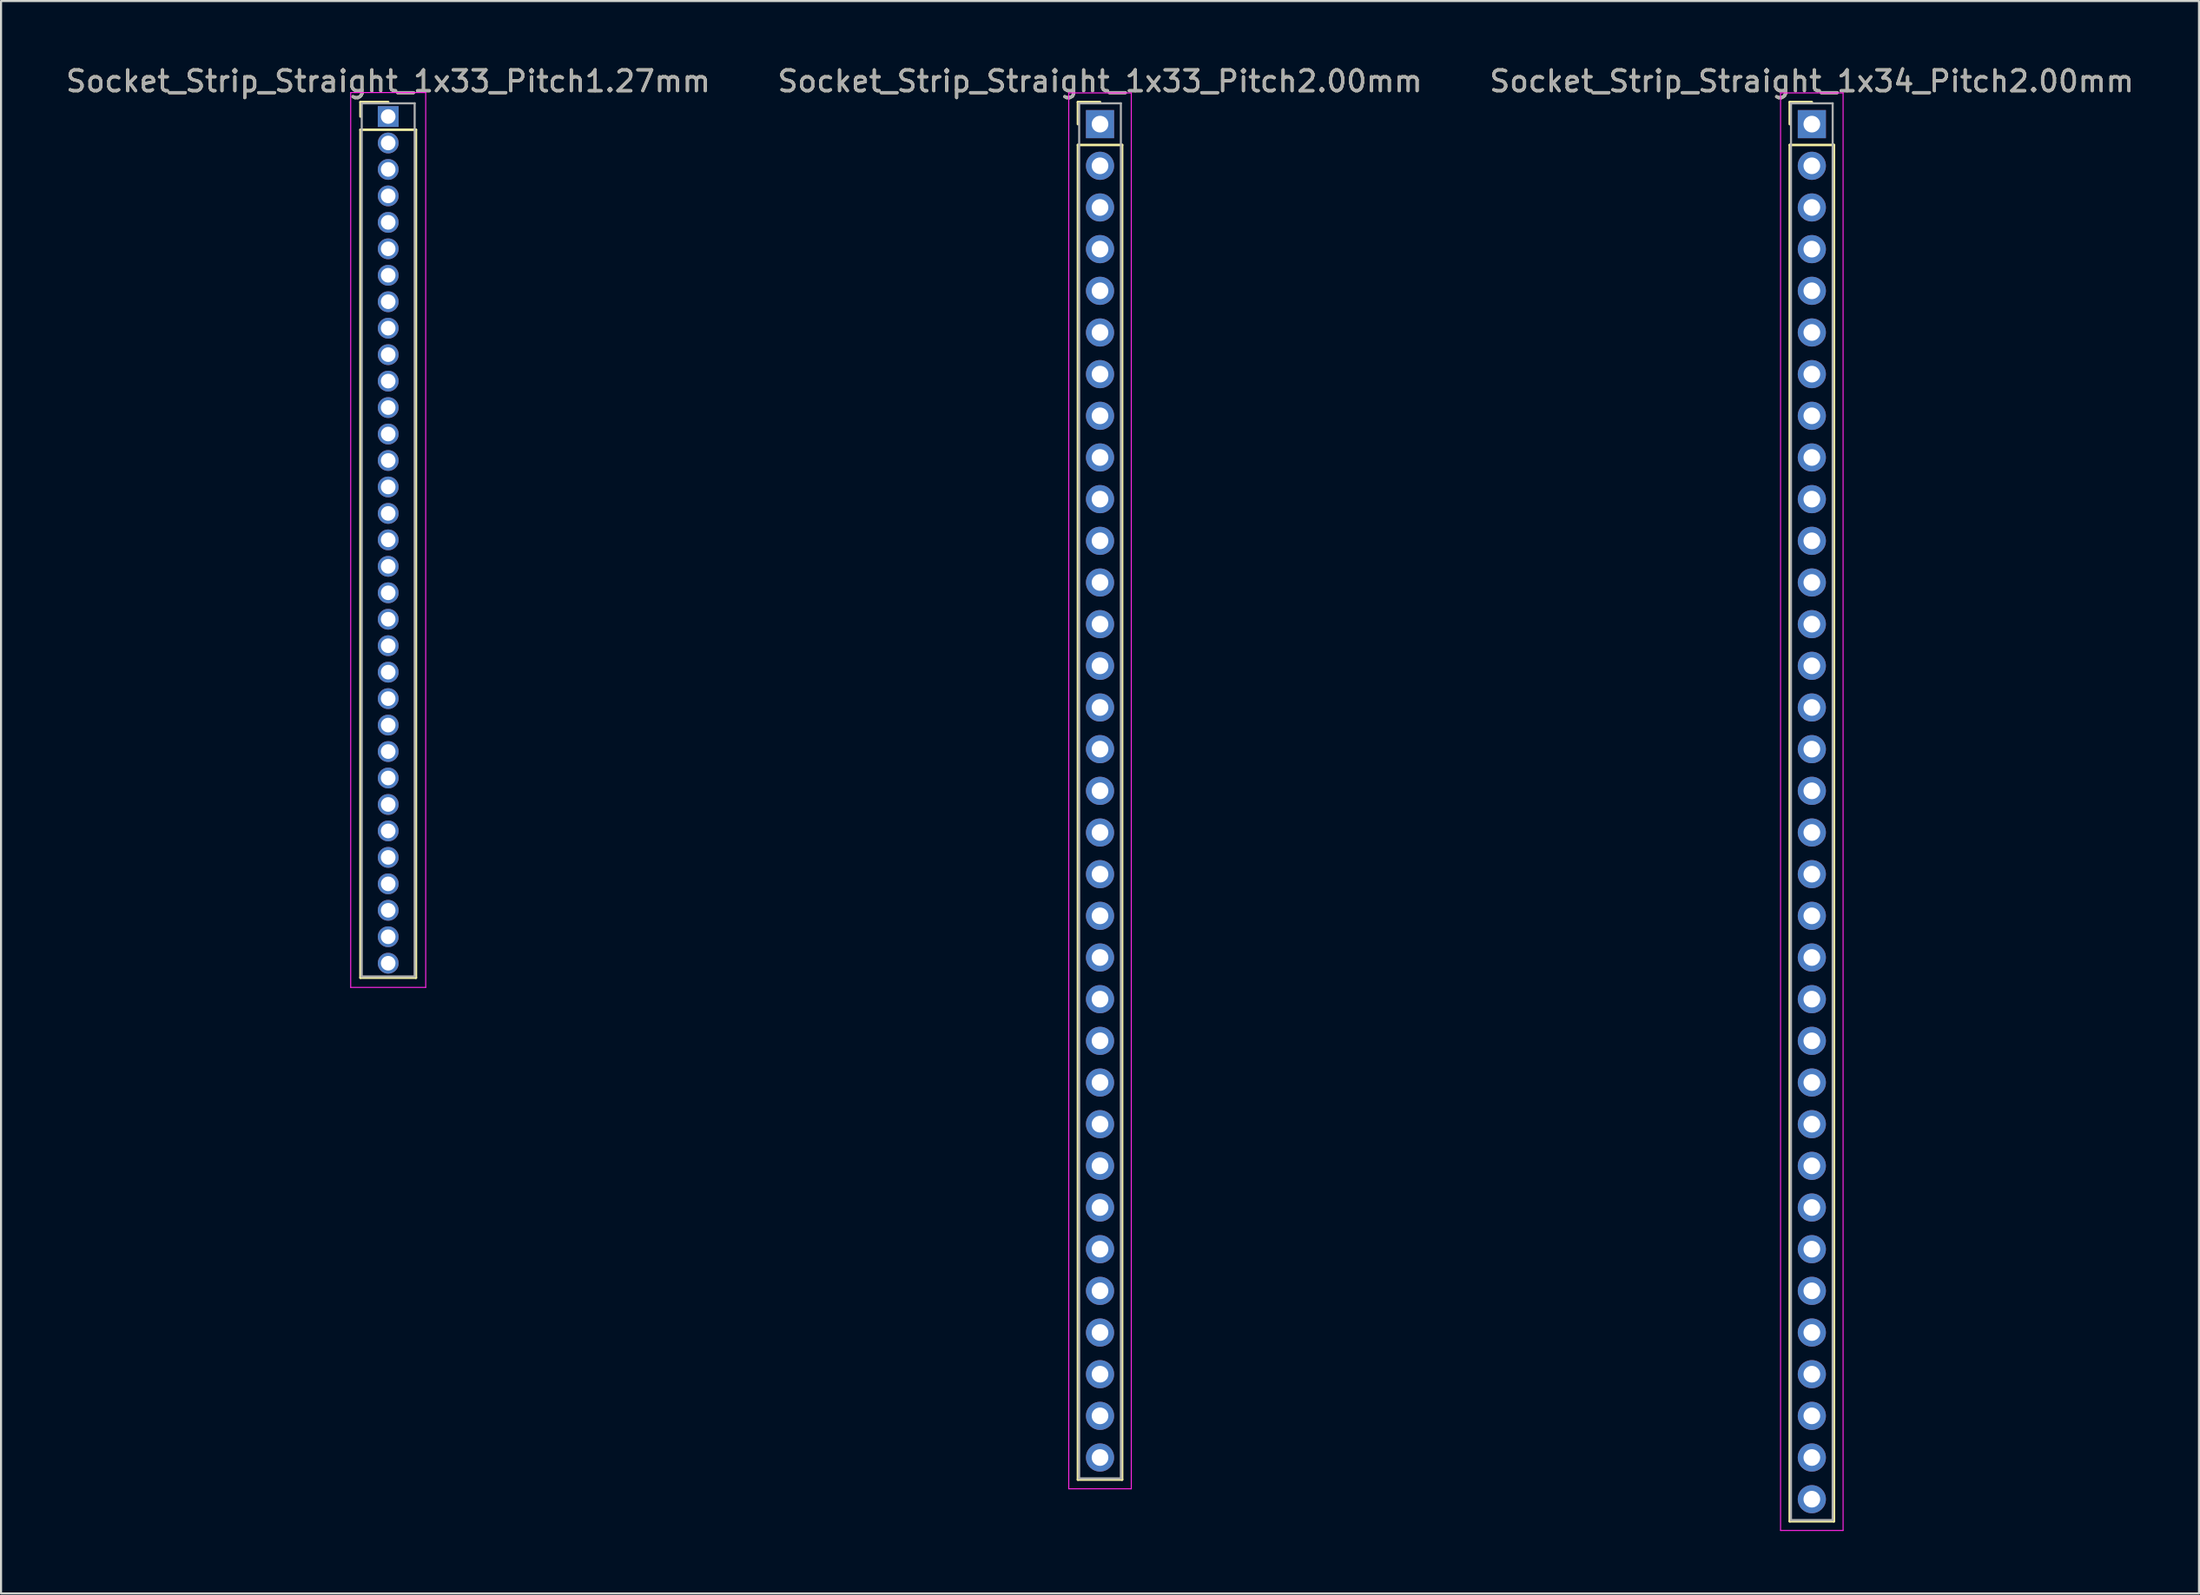
<source format=kicad_pcb>
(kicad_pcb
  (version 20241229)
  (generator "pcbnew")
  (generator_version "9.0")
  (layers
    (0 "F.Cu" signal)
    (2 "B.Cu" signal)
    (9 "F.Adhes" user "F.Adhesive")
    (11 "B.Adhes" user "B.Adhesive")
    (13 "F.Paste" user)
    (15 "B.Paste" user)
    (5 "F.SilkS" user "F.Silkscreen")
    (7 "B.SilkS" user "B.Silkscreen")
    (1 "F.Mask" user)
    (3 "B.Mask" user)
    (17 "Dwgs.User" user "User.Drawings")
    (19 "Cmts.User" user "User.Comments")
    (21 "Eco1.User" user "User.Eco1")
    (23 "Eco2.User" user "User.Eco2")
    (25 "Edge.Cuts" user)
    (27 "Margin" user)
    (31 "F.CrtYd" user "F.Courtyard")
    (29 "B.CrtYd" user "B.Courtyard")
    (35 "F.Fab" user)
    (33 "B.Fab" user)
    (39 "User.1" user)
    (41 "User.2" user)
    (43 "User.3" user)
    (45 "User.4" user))
  (footprint "Socket_Strip_Straight_1x33_Pitch2.00mm"
    (layer "F.Cu")
    (at 49.732 2.908)
    (property "Reference" "Socket_Strip_Straight_1x33_Pitch2.00mm" (at 0 -2.06 0) (layer "F.SilkS") (effects (font (size 1 1) (thickness 0.15))))
    (attr through_hole)
    (fp_line (start -1.06 -1.06) (end 0 -1.06) (stroke (width 0.12) (type solid)) (layer "F.SilkS"))
    (fp_line (start -1.06 0) (end -1.06 -1.06) (stroke (width 0.12) (type solid)) (layer "F.SilkS"))
    (fp_line (start -1.06 1) (end -1.06 65.06) (stroke (width 0.12) (type solid)) (layer "F.SilkS"))
    (fp_line (start -1.06 65.06) (end 1.06 65.06) (stroke (width 0.12) (type solid)) (layer "F.SilkS"))
    (fp_line (start 1.06 1) (end -1.06 1) (stroke (width 0.12) (type solid)) (layer "F.SilkS"))
    (fp_line (start 1.06 65.06) (end 1.06 1) (stroke (width 0.12) (type solid)) (layer "F.SilkS"))
    (fp_line (start -1.5 -1.5) (end -1.5 65.5) (stroke (width 0.05) (type solid)) (layer "F.CrtYd"))
    (fp_line (start -1.5 65.5) (end 1.5 65.5) (stroke (width 0.05) (type solid)) (layer "F.CrtYd"))
    (fp_line (start 1.5 -1.5) (end -1.5 -1.5) (stroke (width 0.05) (type solid)) (layer "F.CrtYd"))
    (fp_line (start 1.5 65.5) (end 1.5 -1.5) (stroke (width 0.05) (type solid)) (layer "F.CrtYd"))
    (fp_line (start -1 -1) (end -1 65) (stroke (width 0.1) (type solid)) (layer "F.Fab"))
    (fp_line (start -1 65) (end 1 65) (stroke (width 0.1) (type solid)) (layer "F.Fab"))
    (fp_line (start 1 -1) (end -1 -1) (stroke (width 0.1) (type solid)) (layer "F.Fab"))
    (fp_line (start 1 65) (end 1 -1) (stroke (width 0.1) (type solid)) (layer "F.Fab"))
    (fp_text user "${REFERENCE}" (at 0 -2.06 0) (layer "F.Fab") (effects (font (size 1 1) (thickness 0.15))))
    (pad "1" thru_hole rect (at 0 0) (size 1.35 1.35) (drill 0.8) (layers "*.Cu" "*.Mask"))
    (pad "2" thru_hole oval (at 0 2) (size 1.35 1.35) (drill 0.8) (layers "*.Cu" "*.Mask"))
    (pad "3" thru_hole oval (at 0 4) (size 1.35 1.35) (drill 0.8) (layers "*.Cu" "*.Mask"))
    (pad "4" thru_hole oval (at 0 6) (size 1.35 1.35) (drill 0.8) (layers "*.Cu" "*.Mask"))
    (pad "5" thru_hole oval (at 0 8) (size 1.35 1.35) (drill 0.8) (layers "*.Cu" "*.Mask"))
    (pad "6" thru_hole oval (at 0 10) (size 1.35 1.35) (drill 0.8) (layers "*.Cu" "*.Mask"))
    (pad "7" thru_hole oval (at 0 12) (size 1.35 1.35) (drill 0.8) (layers "*.Cu" "*.Mask"))
    (pad "8" thru_hole oval (at 0 14) (size 1.35 1.35) (drill 0.8) (layers "*.Cu" "*.Mask"))
    (pad "9" thru_hole oval (at 0 16) (size 1.35 1.35) (drill 0.8) (layers "*.Cu" "*.Mask"))
    (pad "10" thru_hole oval (at 0 18) (size 1.35 1.35) (drill 0.8) (layers "*.Cu" "*.Mask"))
    (pad "11" thru_hole oval (at 0 20) (size 1.35 1.35) (drill 0.8) (layers "*.Cu" "*.Mask"))
    (pad "12" thru_hole oval (at 0 22) (size 1.35 1.35) (drill 0.8) (layers "*.Cu" "*.Mask"))
    (pad "13" thru_hole oval (at 0 24) (size 1.35 1.35) (drill 0.8) (layers "*.Cu" "*.Mask"))
    (pad "14" thru_hole oval (at 0 26) (size 1.35 1.35) (drill 0.8) (layers "*.Cu" "*.Mask"))
    (pad "15" thru_hole oval (at 0 28) (size 1.35 1.35) (drill 0.8) (layers "*.Cu" "*.Mask"))
    (pad "16" thru_hole oval (at 0 30) (size 1.35 1.35) (drill 0.8) (layers "*.Cu" "*.Mask"))
    (pad "17" thru_hole oval (at 0 32) (size 1.35 1.35) (drill 0.8) (layers "*.Cu" "*.Mask"))
    (pad "18" thru_hole oval (at 0 34) (size 1.35 1.35) (drill 0.8) (layers "*.Cu" "*.Mask"))
    (pad "19" thru_hole oval (at 0 36) (size 1.35 1.35) (drill 0.8) (layers "*.Cu" "*.Mask"))
    (pad "20" thru_hole oval (at 0 38) (size 1.35 1.35) (drill 0.8) (layers "*.Cu" "*.Mask"))
    (pad "21" thru_hole oval (at 0 40) (size 1.35 1.35) (drill 0.8) (layers "*.Cu" "*.Mask"))
    (pad "22" thru_hole oval (at 0 42) (size 1.35 1.35) (drill 0.8) (layers "*.Cu" "*.Mask"))
    (pad "23" thru_hole oval (at 0 44) (size 1.35 1.35) (drill 0.8) (layers "*.Cu" "*.Mask"))
    (pad "24" thru_hole oval (at 0 46) (size 1.35 1.35) (drill 0.8) (layers "*.Cu" "*.Mask"))
    (pad "25" thru_hole oval (at 0 48) (size 1.35 1.35) (drill 0.8) (layers "*.Cu" "*.Mask"))
    (pad "26" thru_hole oval (at 0 50) (size 1.35 1.35) (drill 0.8) (layers "*.Cu" "*.Mask"))
    (pad "27" thru_hole oval (at 0 52) (size 1.35 1.35) (drill 0.8) (layers "*.Cu" "*.Mask"))
    (pad "28" thru_hole oval (at 0 54) (size 1.35 1.35) (drill 0.8) (layers "*.Cu" "*.Mask"))
    (pad "29" thru_hole oval (at 0 56) (size 1.35 1.35) (drill 0.8) (layers "*.Cu" "*.Mask"))
    (pad "30" thru_hole oval (at 0 58) (size 1.35 1.35) (drill 0.8) (layers "*.Cu" "*.Mask"))
    (pad "31" thru_hole oval (at 0 60) (size 1.35 1.35) (drill 0.8) (layers "*.Cu" "*.Mask"))
    (pad "32" thru_hole oval (at 0 62) (size 1.35 1.35) (drill 0.8) (layers "*.Cu" "*.Mask"))
    (pad "33" thru_hole oval (at 0 64) (size 1.35 1.35) (drill 0.8) (layers "*.Cu" "*.Mask")))
  (footprint "Socket_Strip_Straight_1x34_Pitch2.00mm"
    (layer "F.Cu")
    (at 83.887 2.908)
    (property "Reference" "Socket_Strip_Straight_1x34_Pitch2.00mm" (at 0 -2.06 0) (layer "F.SilkS") (effects (font (size 1 1) (thickness 0.15))))
    (attr through_hole)
    (fp_line (start -1.06 -1.06) (end 0 -1.06) (stroke (width 0.12) (type solid)) (layer "F.SilkS"))
    (fp_line (start -1.06 0) (end -1.06 -1.06) (stroke (width 0.12) (type solid)) (layer "F.SilkS"))
    (fp_line (start -1.06 1) (end -1.06 67.06) (stroke (width 0.12) (type solid)) (layer "F.SilkS"))
    (fp_line (start -1.06 67.06) (end 1.06 67.06) (stroke (width 0.12) (type solid)) (layer "F.SilkS"))
    (fp_line (start 1.06 1) (end -1.06 1) (stroke (width 0.12) (type solid)) (layer "F.SilkS"))
    (fp_line (start 1.06 67.06) (end 1.06 1) (stroke (width 0.12) (type solid)) (layer "F.SilkS"))
    (fp_line (start -1.5 -1.5) (end -1.5 67.5) (stroke (width 0.05) (type solid)) (layer "F.CrtYd"))
    (fp_line (start -1.5 67.5) (end 1.5 67.5) (stroke (width 0.05) (type solid)) (layer "F.CrtYd"))
    (fp_line (start 1.5 -1.5) (end -1.5 -1.5) (stroke (width 0.05) (type solid)) (layer "F.CrtYd"))
    (fp_line (start 1.5 67.5) (end 1.5 -1.5) (stroke (width 0.05) (type solid)) (layer "F.CrtYd"))
    (fp_line (start -1 -1) (end -1 67) (stroke (width 0.1) (type solid)) (layer "F.Fab"))
    (fp_line (start -1 67) (end 1 67) (stroke (width 0.1) (type solid)) (layer "F.Fab"))
    (fp_line (start 1 -1) (end -1 -1) (stroke (width 0.1) (type solid)) (layer "F.Fab"))
    (fp_line (start 1 67) (end 1 -1) (stroke (width 0.1) (type solid)) (layer "F.Fab"))
    (fp_text user "${REFERENCE}" (at 0 -2.06 0) (layer "F.Fab") (effects (font (size 1 1) (thickness 0.15))))
    (pad "1" thru_hole rect (at 0 0) (size 1.35 1.35) (drill 0.8) (layers "*.Cu" "*.Mask"))
    (pad "2" thru_hole oval (at 0 2) (size 1.35 1.35) (drill 0.8) (layers "*.Cu" "*.Mask"))
    (pad "3" thru_hole oval (at 0 4) (size 1.35 1.35) (drill 0.8) (layers "*.Cu" "*.Mask"))
    (pad "4" thru_hole oval (at 0 6) (size 1.35 1.35) (drill 0.8) (layers "*.Cu" "*.Mask"))
    (pad "5" thru_hole oval (at 0 8) (size 1.35 1.35) (drill 0.8) (layers "*.Cu" "*.Mask"))
    (pad "6" thru_hole oval (at 0 10) (size 1.35 1.35) (drill 0.8) (layers "*.Cu" "*.Mask"))
    (pad "7" thru_hole oval (at 0 12) (size 1.35 1.35) (drill 0.8) (layers "*.Cu" "*.Mask"))
    (pad "8" thru_hole oval (at 0 14) (size 1.35 1.35) (drill 0.8) (layers "*.Cu" "*.Mask"))
    (pad "9" thru_hole oval (at 0 16) (size 1.35 1.35) (drill 0.8) (layers "*.Cu" "*.Mask"))
    (pad "10" thru_hole oval (at 0 18) (size 1.35 1.35) (drill 0.8) (layers "*.Cu" "*.Mask"))
    (pad "11" thru_hole oval (at 0 20) (size 1.35 1.35) (drill 0.8) (layers "*.Cu" "*.Mask"))
    (pad "12" thru_hole oval (at 0 22) (size 1.35 1.35) (drill 0.8) (layers "*.Cu" "*.Mask"))
    (pad "13" thru_hole oval (at 0 24) (size 1.35 1.35) (drill 0.8) (layers "*.Cu" "*.Mask"))
    (pad "14" thru_hole oval (at 0 26) (size 1.35 1.35) (drill 0.8) (layers "*.Cu" "*.Mask"))
    (pad "15" thru_hole oval (at 0 28) (size 1.35 1.35) (drill 0.8) (layers "*.Cu" "*.Mask"))
    (pad "16" thru_hole oval (at 0 30) (size 1.35 1.35) (drill 0.8) (layers "*.Cu" "*.Mask"))
    (pad "17" thru_hole oval (at 0 32) (size 1.35 1.35) (drill 0.8) (layers "*.Cu" "*.Mask"))
    (pad "18" thru_hole oval (at 0 34) (size 1.35 1.35) (drill 0.8) (layers "*.Cu" "*.Mask"))
    (pad "19" thru_hole oval (at 0 36) (size 1.35 1.35) (drill 0.8) (layers "*.Cu" "*.Mask"))
    (pad "20" thru_hole oval (at 0 38) (size 1.35 1.35) (drill 0.8) (layers "*.Cu" "*.Mask"))
    (pad "21" thru_hole oval (at 0 40) (size 1.35 1.35) (drill 0.8) (layers "*.Cu" "*.Mask"))
    (pad "22" thru_hole oval (at 0 42) (size 1.35 1.35) (drill 0.8) (layers "*.Cu" "*.Mask"))
    (pad "23" thru_hole oval (at 0 44) (size 1.35 1.35) (drill 0.8) (layers "*.Cu" "*.Mask"))
    (pad "24" thru_hole oval (at 0 46) (size 1.35 1.35) (drill 0.8) (layers "*.Cu" "*.Mask"))
    (pad "25" thru_hole oval (at 0 48) (size 1.35 1.35) (drill 0.8) (layers "*.Cu" "*.Mask"))
    (pad "26" thru_hole oval (at 0 50) (size 1.35 1.35) (drill 0.8) (layers "*.Cu" "*.Mask"))
    (pad "27" thru_hole oval (at 0 52) (size 1.35 1.35) (drill 0.8) (layers "*.Cu" "*.Mask"))
    (pad "28" thru_hole oval (at 0 54) (size 1.35 1.35) (drill 0.8) (layers "*.Cu" "*.Mask"))
    (pad "29" thru_hole oval (at 0 56) (size 1.35 1.35) (drill 0.8) (layers "*.Cu" "*.Mask"))
    (pad "30" thru_hole oval (at 0 58) (size 1.35 1.35) (drill 0.8) (layers "*.Cu" "*.Mask"))
    (pad "31" thru_hole oval (at 0 60) (size 1.35 1.35) (drill 0.8) (layers "*.Cu" "*.Mask"))
    (pad "32" thru_hole oval (at 0 62) (size 1.35 1.35) (drill 0.8) (layers "*.Cu" "*.Mask"))
    (pad "33" thru_hole oval (at 0 64) (size 1.35 1.35) (drill 0.8) (layers "*.Cu" "*.Mask"))
    (pad "34" thru_hole oval (at 0 66) (size 1.35 1.35) (drill 0.8) (layers "*.Cu" "*.Mask")))
  (footprint "Socket_Strip_Straight_1x33_Pitch1.27mm"
    (layer "F.Cu")
    (at 15.577 2.543)
    (property "Reference" "Socket_Strip_Straight_1x33_Pitch1.27mm" (at 0 -1.695 0) (layer "F.SilkS") (effects (font (size 1 1) (thickness 0.15))))
    (attr through_hole)
    (fp_line (start -1.33 -0.695) (end 0 -0.695) (stroke (width 0.12) (type solid)) (layer "F.SilkS"))
    (fp_line (start -1.33 0) (end -1.33 -0.695) (stroke (width 0.12) (type solid)) (layer "F.SilkS"))
    (fp_line (start -1.33 0.635) (end -1.33 41.335) (stroke (width 0.12) (type solid)) (layer "F.SilkS"))
    (fp_line (start -1.33 41.335) (end 1.33 41.335) (stroke (width 0.12) (type solid)) (layer "F.SilkS"))
    (fp_line (start 1.33 0.635) (end -1.33 0.635) (stroke (width 0.12) (type solid)) (layer "F.SilkS"))
    (fp_line (start 1.33 41.335) (end 1.33 0.635) (stroke (width 0.12) (type solid)) (layer "F.SilkS"))
    (fp_line (start -1.8 -1.15) (end -1.8 41.8) (stroke (width 0.05) (type solid)) (layer "F.CrtYd"))
    (fp_line (start -1.8 41.8) (end 1.8 41.8) (stroke (width 0.05) (type solid)) (layer "F.CrtYd"))
    (fp_line (start 1.8 -1.15) (end -1.8 -1.15) (stroke (width 0.05) (type solid)) (layer "F.CrtYd"))
    (fp_line (start 1.8 41.8) (end 1.8 -1.15) (stroke (width 0.05) (type solid)) (layer "F.CrtYd"))
    (fp_line (start -1.27 -0.635) (end -1.27 41.275) (stroke (width 0.1) (type solid)) (layer "F.Fab"))
    (fp_line (start -1.27 41.275) (end 1.27 41.275) (stroke (width 0.1) (type solid)) (layer "F.Fab"))
    (fp_line (start 1.27 -0.635) (end -1.27 -0.635) (stroke (width 0.1) (type solid)) (layer "F.Fab"))
    (fp_line (start 1.27 41.275) (end 1.27 -0.635) (stroke (width 0.1) (type solid)) (layer "F.Fab"))
    (fp_text user "${REFERENCE}" (at 0 -1.695 0) (layer "F.Fab") (effects (font (size 1 1) (thickness 0.15))))
    (pad "1" thru_hole rect (at 0 0) (size 1 1) (drill 0.7) (layers "*.Cu" "*.Mask"))
    (pad "2" thru_hole oval (at 0 1.27) (size 1 1) (drill 0.7) (layers "*.Cu" "*.Mask"))
    (pad "3" thru_hole oval (at 0 2.54) (size 1 1) (drill 0.7) (layers "*.Cu" "*.Mask"))
    (pad "4" thru_hole oval (at 0 3.81) (size 1 1) (drill 0.7) (layers "*.Cu" "*.Mask"))
    (pad "5" thru_hole oval (at 0 5.08) (size 1 1) (drill 0.7) (layers "*.Cu" "*.Mask"))
    (pad "6" thru_hole oval (at 0 6.35) (size 1 1) (drill 0.7) (layers "*.Cu" "*.Mask"))
    (pad "7" thru_hole oval (at 0 7.62) (size 1 1) (drill 0.7) (layers "*.Cu" "*.Mask"))
    (pad "8" thru_hole oval (at 0 8.89) (size 1 1) (drill 0.7) (layers "*.Cu" "*.Mask"))
    (pad "9" thru_hole oval (at 0 10.16) (size 1 1) (drill 0.7) (layers "*.Cu" "*.Mask"))
    (pad "10" thru_hole oval (at 0 11.43) (size 1 1) (drill 0.7) (layers "*.Cu" "*.Mask"))
    (pad "11" thru_hole oval (at 0 12.7) (size 1 1) (drill 0.7) (layers "*.Cu" "*.Mask"))
    (pad "12" thru_hole oval (at 0 13.97) (size 1 1) (drill 0.7) (layers "*.Cu" "*.Mask"))
    (pad "13" thru_hole oval (at 0 15.24) (size 1 1) (drill 0.7) (layers "*.Cu" "*.Mask"))
    (pad "14" thru_hole oval (at 0 16.51) (size 1 1) (drill 0.7) (layers "*.Cu" "*.Mask"))
    (pad "15" thru_hole oval (at 0 17.78) (size 1 1) (drill 0.7) (layers "*.Cu" "*.Mask"))
    (pad "16" thru_hole oval (at 0 19.05) (size 1 1) (drill 0.7) (layers "*.Cu" "*.Mask"))
    (pad "17" thru_hole oval (at 0 20.32) (size 1 1) (drill 0.7) (layers "*.Cu" "*.Mask"))
    (pad "18" thru_hole oval (at 0 21.59) (size 1 1) (drill 0.7) (layers "*.Cu" "*.Mask"))
    (pad "19" thru_hole oval (at 0 22.86) (size 1 1) (drill 0.7) (layers "*.Cu" "*.Mask"))
    (pad "20" thru_hole oval (at 0 24.13) (size 1 1) (drill 0.7) (layers "*.Cu" "*.Mask"))
    (pad "21" thru_hole oval (at 0 25.4) (size 1 1) (drill 0.7) (layers "*.Cu" "*.Mask"))
    (pad "22" thru_hole oval (at 0 26.67) (size 1 1) (drill 0.7) (layers "*.Cu" "*.Mask"))
    (pad "23" thru_hole oval (at 0 27.94) (size 1 1) (drill 0.7) (layers "*.Cu" "*.Mask"))
    (pad "24" thru_hole oval (at 0 29.21) (size 1 1) (drill 0.7) (layers "*.Cu" "*.Mask"))
    (pad "25" thru_hole oval (at 0 30.48) (size 1 1) (drill 0.7) (layers "*.Cu" "*.Mask"))
    (pad "26" thru_hole oval (at 0 31.75) (size 1 1) (drill 0.7) (layers "*.Cu" "*.Mask"))
    (pad "27" thru_hole oval (at 0 33.02) (size 1 1) (drill 0.7) (layers "*.Cu" "*.Mask"))
    (pad "28" thru_hole oval (at 0 34.29) (size 1 1) (drill 0.7) (layers "*.Cu" "*.Mask"))
    (pad "29" thru_hole oval (at 0 35.56) (size 1 1) (drill 0.7) (layers "*.Cu" "*.Mask"))
    (pad "30" thru_hole oval (at 0 36.83) (size 1 1) (drill 0.7) (layers "*.Cu" "*.Mask"))
    (pad "31" thru_hole oval (at 0 38.1) (size 1 1) (drill 0.7) (layers "*.Cu" "*.Mask"))
    (pad "32" thru_hole oval (at 0 39.37) (size 1 1) (drill 0.7) (layers "*.Cu" "*.Mask"))
    (pad "33" thru_hole oval (at 0 40.64) (size 1 1) (drill 0.7) (layers "*.Cu" "*.Mask")))
  (gr_rect
    (start -3 -3)
    (end 102.464 73.433)
    (stroke (width 0.1) (type default))
    (fill no)
    (layer "Edge.Cuts")))
</source>
